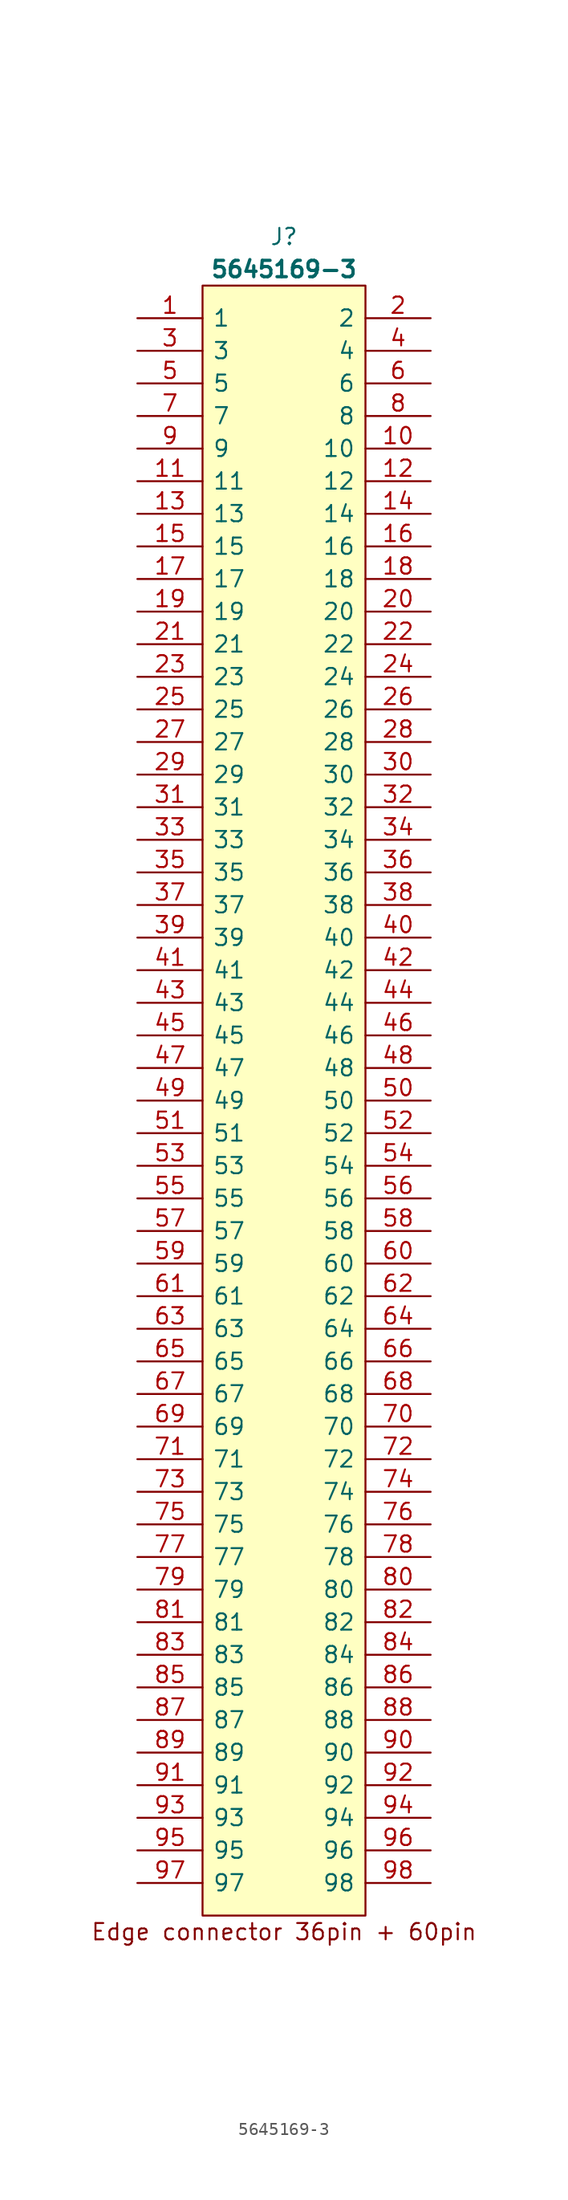
<source format=kicad_sym>
(kicad_symbol_lib
  (version 20241209)
  (generator "kicad_symbol_editor")
  (generator_version "9.0")
  (symbol "5645169-3"
    (pin_names
      (offset 0.762))
    (property "Reference" "J"
      (at 11.43 6.35 0)
      (effects (font (size 1.27 1.27))))
    (property "Value" "5645169-3"
      (at 11.43 3.81 0)
      (effects (font (size 1.27 1.27) (bold yes))))
    (symbol "5645169-3_0_0"
      (pin passive line (at 0 0 0) (length 5.08) (name "1" (effects (font (size 1.27 1.27)))) (number "1" (effects (font (size 1.27 1.27)))))
      (pin passive line (at 0 -2.54 0) (length 5.08) (name "3" (effects (font (size 1.27 1.27)))) (number "3" (effects (font (size 1.27 1.27)))))
      (pin passive line (at 0 -5.08 0) (length 5.08) (name "5" (effects (font (size 1.27 1.27)))) (number "5" (effects (font (size 1.27 1.27)))))
      (pin passive line (at 0 -7.62 0) (length 5.08) (name "7" (effects (font (size 1.27 1.27)))) (number "7" (effects (font (size 1.27 1.27)))))
      (pin passive line (at 0 -10.16 0) (length 5.08) (name "9" (effects (font (size 1.27 1.27)))) (number "9" (effects (font (size 1.27 1.27)))))
      (pin passive line (at 0 -12.7 0) (length 5.08) (name "11" (effects (font (size 1.27 1.27)))) (number "11" (effects (font (size 1.27 1.27)))))
      (pin passive line (at 0 -15.24 0) (length 5.08) (name "13" (effects (font (size 1.27 1.27)))) (number "13" (effects (font (size 1.27 1.27)))))
      (pin passive line (at 0 -17.78 0) (length 5.08) (name "15" (effects (font (size 1.27 1.27)))) (number "15" (effects (font (size 1.27 1.27)))))
      (pin passive line (at 0 -20.32 0) (length 5.08) (name "17" (effects (font (size 1.27 1.27)))) (number "17" (effects (font (size 1.27 1.27)))))
      (pin passive line (at 0 -22.86 0) (length 5.08) (name "19" (effects (font (size 1.27 1.27)))) (number "19" (effects (font (size 1.27 1.27)))))
      (pin passive line (at 0 -25.4 0) (length 5.08) (name "21" (effects (font (size 1.27 1.27)))) (number "21" (effects (font (size 1.27 1.27)))))
      (pin passive line (at 0 -27.94 0) (length 5.08) (name "23" (effects (font (size 1.27 1.27)))) (number "23" (effects (font (size 1.27 1.27)))))
      (pin passive line (at 0 -30.48 0) (length 5.08) (name "25" (effects (font (size 1.27 1.27)))) (number "25" (effects (font (size 1.27 1.27)))))
      (pin passive line (at 0 -33.02 0) (length 5.08) (name "27" (effects (font (size 1.27 1.27)))) (number "27" (effects (font (size 1.27 1.27)))))
      (pin passive line (at 0 -35.56 0) (length 5.08) (name "29" (effects (font (size 1.27 1.27)))) (number "29" (effects (font (size 1.27 1.27)))))
      (pin passive line (at 0 -38.1 0) (length 5.08) (name "31" (effects (font (size 1.27 1.27)))) (number "31" (effects (font (size 1.27 1.27)))))
      (pin passive line (at 0 -40.64 0) (length 5.08) (name "33" (effects (font (size 1.27 1.27)))) (number "33" (effects (font (size 1.27 1.27)))))
      (pin passive line (at 0 -43.18 0) (length 5.08) (name "35" (effects (font (size 1.27 1.27)))) (number "35" (effects (font (size 1.27 1.27)))))
      (pin passive line (at 0 -45.72 0) (length 5.08) (name "37" (effects (font (size 1.27 1.27)))) (number "37" (effects (font (size 1.27 1.27)))))
      (pin passive line (at 0 -48.26 0) (length 5.08) (name "39" (effects (font (size 1.27 1.27)))) (number "39" (effects (font (size 1.27 1.27)))))
      (pin passive line (at 0 -50.8 0) (length 5.08) (name "41" (effects (font (size 1.27 1.27)))) (number "41" (effects (font (size 1.27 1.27)))))
      (pin passive line (at 0 -53.34 0) (length 5.08) (name "43" (effects (font (size 1.27 1.27)))) (number "43" (effects (font (size 1.27 1.27)))))
      (pin passive line (at 0 -55.88 0) (length 5.08) (name "45" (effects (font (size 1.27 1.27)))) (number "45" (effects (font (size 1.27 1.27)))))
      (pin passive line (at 0 -58.42 0) (length 5.08) (name "47" (effects (font (size 1.27 1.27)))) (number "47" (effects (font (size 1.27 1.27)))))
      (pin passive line (at 0 -60.96 0) (length 5.08) (name "49" (effects (font (size 1.27 1.27)))) (number "49" (effects (font (size 1.27 1.27)))))
      (pin passive line (at 0 -63.5 0) (length 5.08) (name "51" (effects (font (size 1.27 1.27)))) (number "51" (effects (font (size 1.27 1.27)))))
      (pin passive line (at 0 -66.04 0) (length 5.08) (name "53" (effects (font (size 1.27 1.27)))) (number "53" (effects (font (size 1.27 1.27)))))
      (pin passive line (at 0 -68.58 0) (length 5.08) (name "55" (effects (font (size 1.27 1.27)))) (number "55" (effects (font (size 1.27 1.27)))))
      (pin passive line (at 0 -71.12 0) (length 5.08) (name "57" (effects (font (size 1.27 1.27)))) (number "57" (effects (font (size 1.27 1.27)))))
      (pin passive line (at 0 -73.66 0) (length 5.08) (name "59" (effects (font (size 1.27 1.27)))) (number "59" (effects (font (size 1.27 1.27)))))
      (pin passive line (at 0 -76.2 0) (length 5.08) (name "61" (effects (font (size 1.27 1.27)))) (number "61" (effects (font (size 1.27 1.27)))))
      (pin passive line (at 0 -78.74 0) (length 5.08) (name "63" (effects (font (size 1.27 1.27)))) (number "63" (effects (font (size 1.27 1.27)))))
      (pin passive line (at 0 -81.28 0) (length 5.08) (name "65" (effects (font (size 1.27 1.27)))) (number "65" (effects (font (size 1.27 1.27)))))
      (pin passive line (at 0 -83.82 0) (length 5.08) (name "67" (effects (font (size 1.27 1.27)))) (number "67" (effects (font (size 1.27 1.27)))))
      (pin passive line (at 0 -86.36 0) (length 5.08) (name "69" (effects (font (size 1.27 1.27)))) (number "69" (effects (font (size 1.27 1.27)))))
      (pin passive line (at 0 -88.9 0) (length 5.08) (name "71" (effects (font (size 1.27 1.27)))) (number "71" (effects (font (size 1.27 1.27)))))
      (pin passive line (at 0 -91.44 0) (length 5.08) (name "73" (effects (font (size 1.27 1.27)))) (number "73" (effects (font (size 1.27 1.27)))))
      (pin passive line (at 0 -93.98 0) (length 5.08) (name "75" (effects (font (size 1.27 1.27)))) (number "75" (effects (font (size 1.27 1.27)))))
      (pin passive line (at 0 -96.52 0) (length 5.08) (name "77" (effects (font (size 1.27 1.27)))) (number "77" (effects (font (size 1.27 1.27)))))
      (pin passive line (at 0 -99.06 0) (length 5.08) (name "79" (effects (font (size 1.27 1.27)))) (number "79" (effects (font (size 1.27 1.27)))))
      (pin passive line (at 0 -101.6 0) (length 5.08) (name "81" (effects (font (size 1.27 1.27)))) (number "81" (effects (font (size 1.27 1.27)))))
      (pin passive line (at 0 -104.14 0) (length 5.08) (name "83" (effects (font (size 1.27 1.27)))) (number "83" (effects (font (size 1.27 1.27)))))
      (pin passive line (at 0 -106.68 0) (length 5.08) (name "85" (effects (font (size 1.27 1.27)))) (number "85" (effects (font (size 1.27 1.27)))))
      (pin passive line (at 0 -109.22 0) (length 5.08) (name "87" (effects (font (size 1.27 1.27)))) (number "87" (effects (font (size 1.27 1.27)))))
      (pin passive line (at 0 -111.76 0) (length 5.08) (name "89" (effects (font (size 1.27 1.27)))) (number "89" (effects (font (size 1.27 1.27)))))
      (pin passive line (at 0 -114.3 0) (length 5.08) (name "91" (effects (font (size 1.27 1.27)))) (number "91" (effects (font (size 1.27 1.27)))))
      (pin passive line (at 0 -116.84 0) (length 5.08) (name "93" (effects (font (size 1.27 1.27)))) (number "93" (effects (font (size 1.27 1.27)))))
      (pin passive line (at 0 -119.38 0) (length 5.08) (name "95" (effects (font (size 1.27 1.27)))) (number "95" (effects (font (size 1.27 1.27)))))
      (pin passive line (at 0 -121.92 0) (length 5.08) (name "97" (effects (font (size 1.27 1.27)))) (number "97" (effects (font (size 1.27 1.27)))))
      (pin passive line (at 22.86 0 180) (length 5.08) (name "2" (effects (font (size 1.27 1.27)))) (number "2" (effects (font (size 1.27 1.27)))))
      (pin passive line (at 22.86 -2.54 180) (length 5.08) (name "4" (effects (font (size 1.27 1.27)))) (number "4" (effects (font (size 1.27 1.27)))))
      (pin passive line (at 22.86 -5.08 180) (length 5.08) (name "6" (effects (font (size 1.27 1.27)))) (number "6" (effects (font (size 1.27 1.27)))))
      (pin passive line (at 22.86 -7.62 180) (length 5.08) (name "8" (effects (font (size 1.27 1.27)))) (number "8" (effects (font (size 1.27 1.27)))))
      (pin passive line (at 22.86 -10.16 180) (length 5.08) (name "10" (effects (font (size 1.27 1.27)))) (number "10" (effects (font (size 1.27 1.27)))))
      (pin passive line (at 22.86 -12.7 180) (length 5.08) (name "12" (effects (font (size 1.27 1.27)))) (number "12" (effects (font (size 1.27 1.27)))))
      (pin passive line (at 22.86 -15.24 180) (length 5.08) (name "14" (effects (font (size 1.27 1.27)))) (number "14" (effects (font (size 1.27 1.27)))))
      (pin passive line (at 22.86 -17.78 180) (length 5.08) (name "16" (effects (font (size 1.27 1.27)))) (number "16" (effects (font (size 1.27 1.27)))))
      (pin passive line (at 22.86 -20.32 180) (length 5.08) (name "18" (effects (font (size 1.27 1.27)))) (number "18" (effects (font (size 1.27 1.27)))))
      (pin passive line (at 22.86 -22.86 180) (length 5.08) (name "20" (effects (font (size 1.27 1.27)))) (number "20" (effects (font (size 1.27 1.27)))))
      (pin passive line (at 22.86 -25.4 180) (length 5.08) (name "22" (effects (font (size 1.27 1.27)))) (number "22" (effects (font (size 1.27 1.27)))))
      (pin passive line (at 22.86 -27.94 180) (length 5.08) (name "24" (effects (font (size 1.27 1.27)))) (number "24" (effects (font (size 1.27 1.27)))))
      (pin passive line (at 22.86 -30.48 180) (length 5.08) (name "26" (effects (font (size 1.27 1.27)))) (number "26" (effects (font (size 1.27 1.27)))))
      (pin passive line (at 22.86 -33.02 180) (length 5.08) (name "28" (effects (font (size 1.27 1.27)))) (number "28" (effects (font (size 1.27 1.27)))))
      (pin passive line (at 22.86 -35.56 180) (length 5.08) (name "30" (effects (font (size 1.27 1.27)))) (number "30" (effects (font (size 1.27 1.27)))))
      (pin passive line (at 22.86 -38.1 180) (length 5.08) (name "32" (effects (font (size 1.27 1.27)))) (number "32" (effects (font (size 1.27 1.27)))))
      (pin passive line (at 22.86 -40.64 180) (length 5.08) (name "34" (effects (font (size 1.27 1.27)))) (number "34" (effects (font (size 1.27 1.27)))))
      (pin passive line (at 22.86 -43.18 180) (length 5.08) (name "36" (effects (font (size 1.27 1.27)))) (number "36" (effects (font (size 1.27 1.27)))))
      (pin passive line (at 22.86 -45.72 180) (length 5.08) (name "38" (effects (font (size 1.27 1.27)))) (number "38" (effects (font (size 1.27 1.27)))))
      (pin passive line (at 22.86 -48.26 180) (length 5.08) (name "40" (effects (font (size 1.27 1.27)))) (number "40" (effects (font (size 1.27 1.27)))))
      (pin passive line (at 22.86 -50.8 180) (length 5.08) (name "42" (effects (font (size 1.27 1.27)))) (number "42" (effects (font (size 1.27 1.27)))))
      (pin passive line (at 22.86 -53.34 180) (length 5.08) (name "44" (effects (font (size 1.27 1.27)))) (number "44" (effects (font (size 1.27 1.27)))))
      (pin passive line (at 22.86 -55.88 180) (length 5.08) (name "46" (effects (font (size 1.27 1.27)))) (number "46" (effects (font (size 1.27 1.27)))))
      (pin passive line (at 22.86 -58.42 180) (length 5.08) (name "48" (effects (font (size 1.27 1.27)))) (number "48" (effects (font (size 1.27 1.27)))))
      (pin passive line (at 22.86 -60.96 180) (length 5.08) (name "50" (effects (font (size 1.27 1.27)))) (number "50" (effects (font (size 1.27 1.27)))))
      (pin passive line (at 22.86 -63.5 180) (length 5.08) (name "52" (effects (font (size 1.27 1.27)))) (number "52" (effects (font (size 1.27 1.27)))))
      (pin passive line (at 22.86 -66.04 180) (length 5.08) (name "54" (effects (font (size 1.27 1.27)))) (number "54" (effects (font (size 1.27 1.27)))))
      (pin passive line (at 22.86 -68.58 180) (length 5.08) (name "56" (effects (font (size 1.27 1.27)))) (number "56" (effects (font (size 1.27 1.27)))))
      (pin passive line (at 22.86 -71.12 180) (length 5.08) (name "58" (effects (font (size 1.27 1.27)))) (number "58" (effects (font (size 1.27 1.27)))))
      (pin passive line (at 22.86 -73.66 180) (length 5.08) (name "60" (effects (font (size 1.27 1.27)))) (number "60" (effects (font (size 1.27 1.27)))))
      (pin passive line (at 22.86 -76.2 180) (length 5.08) (name "62" (effects (font (size 1.27 1.27)))) (number "62" (effects (font (size 1.27 1.27)))))
      (pin passive line (at 22.86 -78.74 180) (length 5.08) (name "64" (effects (font (size 1.27 1.27)))) (number "64" (effects (font (size 1.27 1.27)))))
      (pin passive line (at 22.86 -81.28 180) (length 5.08) (name "66" (effects (font (size 1.27 1.27)))) (number "66" (effects (font (size 1.27 1.27)))))
      (pin passive line (at 22.86 -83.82 180) (length 5.08) (name "68" (effects (font (size 1.27 1.27)))) (number "68" (effects (font (size 1.27 1.27)))))
      (pin passive line (at 22.86 -86.36 180) (length 5.08) (name "70" (effects (font (size 1.27 1.27)))) (number "70" (effects (font (size 1.27 1.27)))))
      (pin passive line (at 22.86 -88.9 180) (length 5.08) (name "72" (effects (font (size 1.27 1.27)))) (number "72" (effects (font (size 1.27 1.27)))))
      (pin passive line (at 22.86 -91.44 180) (length 5.08) (name "74" (effects (font (size 1.27 1.27)))) (number "74" (effects (font (size 1.27 1.27)))))
      (pin passive line (at 22.86 -93.98 180) (length 5.08) (name "76" (effects (font (size 1.27 1.27)))) (number "76" (effects (font (size 1.27 1.27)))))
      (pin passive line (at 22.86 -96.52 180) (length 5.08) (name "78" (effects (font (size 1.27 1.27)))) (number "78" (effects (font (size 1.27 1.27)))))
      (pin passive line (at 22.86 -99.06 180) (length 5.08) (name "80" (effects (font (size 1.27 1.27)))) (number "80" (effects (font (size 1.27 1.27)))))
      (pin passive line (at 22.86 -101.6 180) (length 5.08) (name "82" (effects (font (size 1.27 1.27)))) (number "82" (effects (font (size 1.27 1.27)))))
      (pin passive line (at 22.86 -104.14 180) (length 5.08) (name "84" (effects (font (size 1.27 1.27)))) (number "84" (effects (font (size 1.27 1.27)))))
      (pin passive line (at 22.86 -106.68 180) (length 5.08) (name "86" (effects (font (size 1.27 1.27)))) (number "86" (effects (font (size 1.27 1.27)))))
      (pin passive line (at 22.86 -109.22 180) (length 5.08) (name "88" (effects (font (size 1.27 1.27)))) (number "88" (effects (font (size 1.27 1.27)))))
      (pin passive line (at 22.86 -111.76 180) (length 5.08) (name "90" (effects (font (size 1.27 1.27)))) (number "90" (effects (font (size 1.27 1.27)))))
      (pin passive line (at 22.86 -114.3 180) (length 5.08) (name "92" (effects (font (size 1.27 1.27)))) (number "92" (effects (font (size 1.27 1.27)))))
      (pin passive line (at 22.86 -116.84 180) (length 5.08) (name "94" (effects (font (size 1.27 1.27)))) (number "94" (effects (font (size 1.27 1.27)))))
      (pin passive line (at 22.86 -119.38 180) (length 5.08) (name "96" (effects (font (size 1.27 1.27)))) (number "96" (effects (font (size 1.27 1.27)))))
      (pin passive line (at 22.86 -121.92 180) (length 5.08) (name "98" (effects (font (size 1.27 1.27)))) (number "98" (effects (font (size 1.27 1.27))))))
    (symbol "5645169-3_1_1"
      (polyline (pts (xy 5.08 2.54) (xy 17.78 2.54) (xy 17.78 -124.46) (xy 5.08 -124.46) (xy 5.08 2.54)) (stroke (width 0.152) (type solid)) (fill (type background)))
      (text "Edge connector 36pin + 60pin" (at 11.43 -125.73 0) (effects (font (size 1.27 1.27)))))))
</source>
